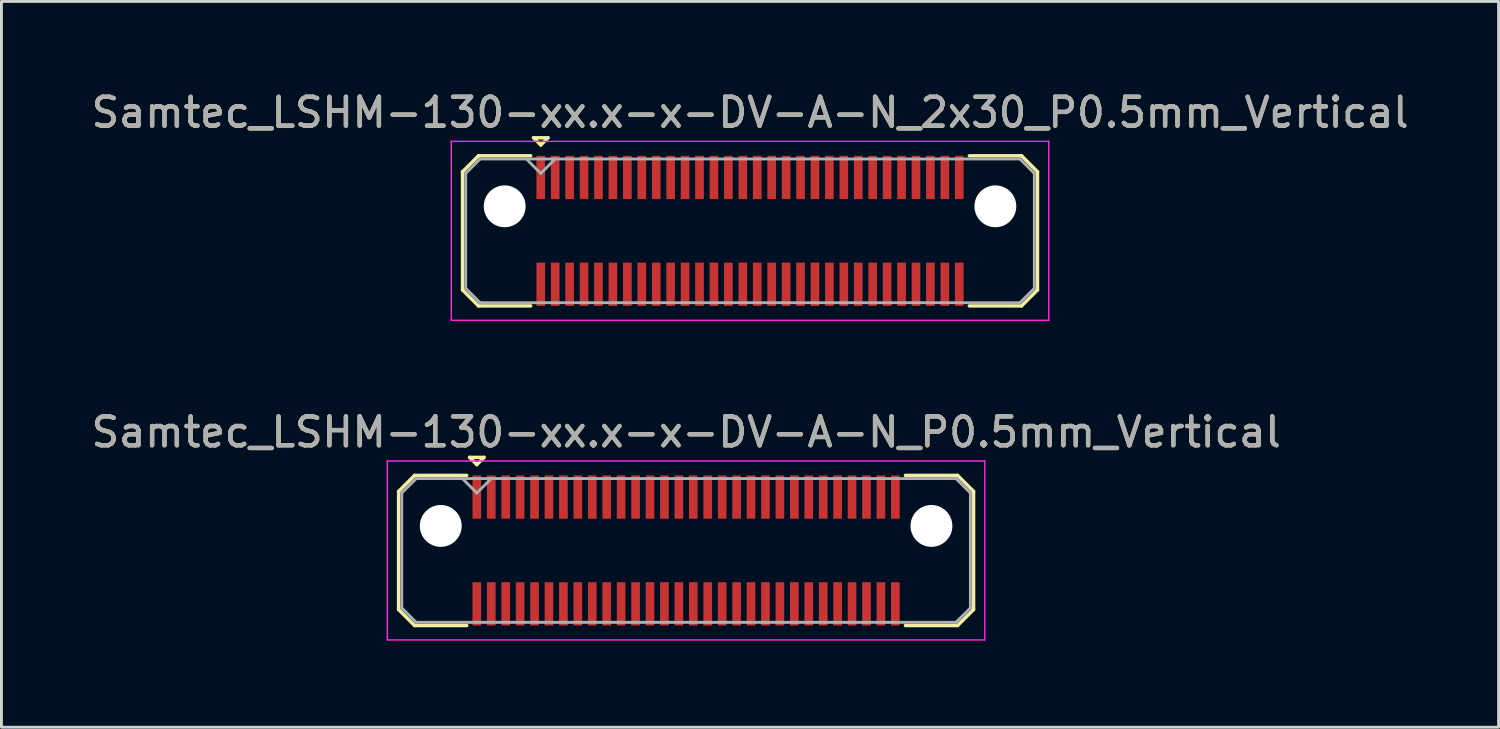
<source format=kicad_pcb>
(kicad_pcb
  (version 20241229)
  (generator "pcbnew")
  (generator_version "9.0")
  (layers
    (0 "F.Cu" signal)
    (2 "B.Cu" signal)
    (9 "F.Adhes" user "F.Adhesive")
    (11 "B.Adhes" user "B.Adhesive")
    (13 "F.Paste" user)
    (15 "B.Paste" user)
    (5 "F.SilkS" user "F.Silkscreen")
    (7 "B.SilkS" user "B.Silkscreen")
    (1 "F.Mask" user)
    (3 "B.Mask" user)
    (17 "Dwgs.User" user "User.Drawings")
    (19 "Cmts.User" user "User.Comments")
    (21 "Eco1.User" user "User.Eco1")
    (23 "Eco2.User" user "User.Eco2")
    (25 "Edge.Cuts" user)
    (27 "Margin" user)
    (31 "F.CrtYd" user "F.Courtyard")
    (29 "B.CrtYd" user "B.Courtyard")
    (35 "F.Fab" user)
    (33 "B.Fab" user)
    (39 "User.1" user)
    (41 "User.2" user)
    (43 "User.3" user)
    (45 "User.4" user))
  (footprint "Samtec_LSHM-130-xx.x-x-DV-A-N_P0.5mm_Vertical"
    (layer "F.Cu")
    (at 20.72 16.021)
    (property "Reference" "Samtec_LSHM-130-xx.x-x-DV-A-N_P0.5mm_Vertical" (at 0 -4.1 0) (layer "F.SilkS") (effects (font (size 1 1) (thickness 0.15))))
    (attr smd)
    (fp_line (start -9.96 -2.047) (end -9.96 2.047) (stroke (width 0.12) (type solid)) (layer "F.SilkS"))
    (fp_line (start -9.96 2.047) (end -9.407 2.6) (stroke (width 0.12) (type solid)) (layer "F.SilkS"))
    (fp_line (start -9.407 -2.6) (end -9.96 -2.047) (stroke (width 0.12) (type solid)) (layer "F.SilkS"))
    (fp_line (start -9.407 2.6) (end -7.6 2.6) (stroke (width 0.12) (type solid)) (layer "F.SilkS"))
    (fp_line (start -7.6 -2.6) (end -9.407 -2.6) (stroke (width 0.12) (type solid)) (layer "F.SilkS"))
    (fp_line (start -7.5 -3.225) (end -7 -3.225) (stroke (width 0.12) (type solid)) (layer "F.SilkS"))
    (fp_line (start -7.25 -2.975) (end -7.5 -3.225) (stroke (width 0.12) (type solid)) (layer "F.SilkS"))
    (fp_line (start -7 -3.225) (end -7.25 -2.975) (stroke (width 0.12) (type solid)) (layer "F.SilkS"))
    (fp_line (start 7.6 -2.6) (end 9.407 -2.6) (stroke (width 0.12) (type solid)) (layer "F.SilkS"))
    (fp_line (start 9.407 -2.6) (end 9.96 -2.047) (stroke (width 0.12) (type solid)) (layer "F.SilkS"))
    (fp_line (start 9.407 2.6) (end 7.6 2.6) (stroke (width 0.12) (type solid)) (layer "F.SilkS"))
    (fp_line (start 9.96 -2.047) (end 9.96 2.047) (stroke (width 0.12) (type solid)) (layer "F.SilkS"))
    (fp_line (start 9.96 2.047) (end 9.407 2.6) (stroke (width 0.12) (type solid)) (layer "F.SilkS"))
    (fp_line (start -10.35 -3.1) (end -10.35 3.1) (stroke (width 0.05) (type solid)) (layer "F.CrtYd"))
    (fp_line (start -10.35 3.1) (end 10.35 3.1) (stroke (width 0.05) (type solid)) (layer "F.CrtYd"))
    (fp_line (start 10.35 -3.1) (end -10.35 -3.1) (stroke (width 0.05) (type solid)) (layer "F.CrtYd"))
    (fp_line (start 10.35 3.1) (end 10.35 -3.1) (stroke (width 0.05) (type solid)) (layer "F.CrtYd"))
    (fp_line (start -9.85 -1.992) (end -9.85 1.992) (stroke (width 0.1) (type solid)) (layer "F.Fab"))
    (fp_line (start -9.85 1.992) (end -9.352 2.49) (stroke (width 0.1) (type solid)) (layer "F.Fab"))
    (fp_line (start -9.352 -2.49) (end -9.85 -1.992) (stroke (width 0.1) (type solid)) (layer "F.Fab"))
    (fp_line (start -9.352 2.49) (end 9.352 2.49) (stroke (width 0.1) (type solid)) (layer "F.Fab"))
    (fp_line (start -7.25 -1.99) (end -7.75 -2.49) (stroke (width 0.1) (type solid)) (layer "F.Fab"))
    (fp_line (start -6.75 -2.49) (end -7.25 -1.99) (stroke (width 0.1) (type solid)) (layer "F.Fab"))
    (fp_line (start 9.352 -2.49) (end -9.352 -2.49) (stroke (width 0.1) (type solid)) (layer "F.Fab"))
    (fp_line (start 9.352 2.49) (end 9.85 1.992) (stroke (width 0.1) (type solid)) (layer "F.Fab"))
    (fp_line (start 9.85 -1.992) (end 9.352 -2.49) (stroke (width 0.1) (type solid)) (layer "F.Fab"))
    (fp_line (start 9.85 1.992) (end 9.85 -1.992) (stroke (width 0.1) (type solid)) (layer "F.Fab"))
    (fp_text user "${REFERENCE}" (at 0 -4.1 0) (layer "F.Fab") (effects (font (size 1 1) (thickness 0.15))))
    (pad "" np_thru_hole circle (at -8.5 -0.85) (size 1.45 1.45) (drill 1.45) (layers "*.Cu" "*.Mask"))
    (pad "" np_thru_hole circle (at 8.5 -0.85) (size 1.45 1.45) (drill 1.45) (layers "*.Cu" "*.Mask"))
    (pad "1" smd rect (at -7.25 -1.85) (size 0.3 1.5) (layers "F.Cu" "F.Mask" "F.Paste"))
    (pad "2" smd rect (at -7.25 1.85) (size 0.3 1.5) (layers "F.Cu" "F.Mask" "F.Paste"))
    (pad "3" smd rect (at -6.75 -1.85) (size 0.3 1.5) (layers "F.Cu" "F.Mask" "F.Paste"))
    (pad "4" smd rect (at -6.75 1.85) (size 0.3 1.5) (layers "F.Cu" "F.Mask" "F.Paste"))
    (pad "5" smd rect (at -6.25 -1.85) (size 0.3 1.5) (layers "F.Cu" "F.Mask" "F.Paste"))
    (pad "6" smd rect (at -6.25 1.85) (size 0.3 1.5) (layers "F.Cu" "F.Mask" "F.Paste"))
    (pad "7" smd rect (at -5.75 -1.85) (size 0.3 1.5) (layers "F.Cu" "F.Mask" "F.Paste"))
    (pad "8" smd rect (at -5.75 1.85) (size 0.3 1.5) (layers "F.Cu" "F.Mask" "F.Paste"))
    (pad "9" smd rect (at -5.25 -1.85) (size 0.3 1.5) (layers "F.Cu" "F.Mask" "F.Paste"))
    (pad "10" smd rect (at -5.25 1.85) (size 0.3 1.5) (layers "F.Cu" "F.Mask" "F.Paste"))
    (pad "11" smd rect (at -4.75 -1.85) (size 0.3 1.5) (layers "F.Cu" "F.Mask" "F.Paste"))
    (pad "12" smd rect (at -4.75 1.85) (size 0.3 1.5) (layers "F.Cu" "F.Mask" "F.Paste"))
    (pad "13" smd rect (at -4.25 -1.85) (size 0.3 1.5) (layers "F.Cu" "F.Mask" "F.Paste"))
    (pad "14" smd rect (at -4.25 1.85) (size 0.3 1.5) (layers "F.Cu" "F.Mask" "F.Paste"))
    (pad "15" smd rect (at -3.75 -1.85) (size 0.3 1.5) (layers "F.Cu" "F.Mask" "F.Paste"))
    (pad "16" smd rect (at -3.75 1.85) (size 0.3 1.5) (layers "F.Cu" "F.Mask" "F.Paste"))
    (pad "17" smd rect (at -3.25 -1.85) (size 0.3 1.5) (layers "F.Cu" "F.Mask" "F.Paste"))
    (pad "18" smd rect (at -3.25 1.85) (size 0.3 1.5) (layers "F.Cu" "F.Mask" "F.Paste"))
    (pad "19" smd rect (at -2.75 -1.85) (size 0.3 1.5) (layers "F.Cu" "F.Mask" "F.Paste"))
    (pad "20" smd rect (at -2.75 1.85) (size 0.3 1.5) (layers "F.Cu" "F.Mask" "F.Paste"))
    (pad "21" smd rect (at -2.25 -1.85) (size 0.3 1.5) (layers "F.Cu" "F.Mask" "F.Paste"))
    (pad "22" smd rect (at -2.25 1.85) (size 0.3 1.5) (layers "F.Cu" "F.Mask" "F.Paste"))
    (pad "23" smd rect (at -1.75 -1.85) (size 0.3 1.5) (layers "F.Cu" "F.Mask" "F.Paste"))
    (pad "24" smd rect (at -1.75 1.85) (size 0.3 1.5) (layers "F.Cu" "F.Mask" "F.Paste"))
    (pad "25" smd rect (at -1.25 -1.85) (size 0.3 1.5) (layers "F.Cu" "F.Mask" "F.Paste"))
    (pad "26" smd rect (at -1.25 1.85) (size 0.3 1.5) (layers "F.Cu" "F.Mask" "F.Paste"))
    (pad "27" smd rect (at -0.75 -1.85) (size 0.3 1.5) (layers "F.Cu" "F.Mask" "F.Paste"))
    (pad "28" smd rect (at -0.75 1.85) (size 0.3 1.5) (layers "F.Cu" "F.Mask" "F.Paste"))
    (pad "29" smd rect (at -0.25 -1.85) (size 0.3 1.5) (layers "F.Cu" "F.Mask" "F.Paste"))
    (pad "30" smd rect (at -0.25 1.85) (size 0.3 1.5) (layers "F.Cu" "F.Mask" "F.Paste"))
    (pad "31" smd rect (at 0.25 -1.85) (size 0.3 1.5) (layers "F.Cu" "F.Mask" "F.Paste"))
    (pad "32" smd rect (at 0.25 1.85) (size 0.3 1.5) (layers "F.Cu" "F.Mask" "F.Paste"))
    (pad "33" smd rect (at 0.75 -1.85) (size 0.3 1.5) (layers "F.Cu" "F.Mask" "F.Paste"))
    (pad "34" smd rect (at 0.75 1.85) (size 0.3 1.5) (layers "F.Cu" "F.Mask" "F.Paste"))
    (pad "35" smd rect (at 1.25 -1.85) (size 0.3 1.5) (layers "F.Cu" "F.Mask" "F.Paste"))
    (pad "36" smd rect (at 1.25 1.85) (size 0.3 1.5) (layers "F.Cu" "F.Mask" "F.Paste"))
    (pad "37" smd rect (at 1.75 -1.85) (size 0.3 1.5) (layers "F.Cu" "F.Mask" "F.Paste"))
    (pad "38" smd rect (at 1.75 1.85) (size 0.3 1.5) (layers "F.Cu" "F.Mask" "F.Paste"))
    (pad "39" smd rect (at 2.25 -1.85) (size 0.3 1.5) (layers "F.Cu" "F.Mask" "F.Paste"))
    (pad "40" smd rect (at 2.25 1.85) (size 0.3 1.5) (layers "F.Cu" "F.Mask" "F.Paste"))
    (pad "41" smd rect (at 2.75 -1.85) (size 0.3 1.5) (layers "F.Cu" "F.Mask" "F.Paste"))
    (pad "42" smd rect (at 2.75 1.85) (size 0.3 1.5) (layers "F.Cu" "F.Mask" "F.Paste"))
    (pad "43" smd rect (at 3.25 -1.85) (size 0.3 1.5) (layers "F.Cu" "F.Mask" "F.Paste"))
    (pad "44" smd rect (at 3.25 1.85) (size 0.3 1.5) (layers "F.Cu" "F.Mask" "F.Paste"))
    (pad "45" smd rect (at 3.75 -1.85) (size 0.3 1.5) (layers "F.Cu" "F.Mask" "F.Paste"))
    (pad "46" smd rect (at 3.75 1.85) (size 0.3 1.5) (layers "F.Cu" "F.Mask" "F.Paste"))
    (pad "47" smd rect (at 4.25 -1.85) (size 0.3 1.5) (layers "F.Cu" "F.Mask" "F.Paste"))
    (pad "48" smd rect (at 4.25 1.85) (size 0.3 1.5) (layers "F.Cu" "F.Mask" "F.Paste"))
    (pad "49" smd rect (at 4.75 -1.85) (size 0.3 1.5) (layers "F.Cu" "F.Mask" "F.Paste"))
    (pad "50" smd rect (at 4.75 1.85) (size 0.3 1.5) (layers "F.Cu" "F.Mask" "F.Paste"))
    (pad "51" smd rect (at 5.25 -1.85) (size 0.3 1.5) (layers "F.Cu" "F.Mask" "F.Paste"))
    (pad "52" smd rect (at 5.25 1.85) (size 0.3 1.5) (layers "F.Cu" "F.Mask" "F.Paste"))
    (pad "53" smd rect (at 5.75 -1.85) (size 0.3 1.5) (layers "F.Cu" "F.Mask" "F.Paste"))
    (pad "54" smd rect (at 5.75 1.85) (size 0.3 1.5) (layers "F.Cu" "F.Mask" "F.Paste"))
    (pad "55" smd rect (at 6.25 -1.85) (size 0.3 1.5) (layers "F.Cu" "F.Mask" "F.Paste"))
    (pad "56" smd rect (at 6.25 1.85) (size 0.3 1.5) (layers "F.Cu" "F.Mask" "F.Paste"))
    (pad "57" smd rect (at 6.75 -1.85) (size 0.3 1.5) (layers "F.Cu" "F.Mask" "F.Paste"))
    (pad "58" smd rect (at 6.75 1.85) (size 0.3 1.5) (layers "F.Cu" "F.Mask" "F.Paste"))
    (pad "59" smd rect (at 7.25 -1.85) (size 0.3 1.5) (layers "F.Cu" "F.Mask" "F.Paste"))
    (pad "60" smd rect (at 7.25 1.85) (size 0.3 1.5) (layers "F.Cu" "F.Mask" "F.Paste")))
  (footprint "Samtec_LSHM-130-xx.x-x-DV-A-N_2x30_P0.5mm_Vertical"
    (layer "F.Cu")
    (at 22.935 4.948)
    (property "Reference" "Samtec_LSHM-130-xx.x-x-DV-A-N_2x30_P0.5mm_Vertical" (at 0 -4.1 0) (layer "F.SilkS") (effects (font (size 1 1) (thickness 0.15))))
    (attr smd)
    (fp_line (start -9.96 -2.047) (end -9.96 2.047) (stroke (width 0.12) (type solid)) (layer "F.SilkS"))
    (fp_line (start -9.96 2.047) (end -9.407 2.6) (stroke (width 0.12) (type solid)) (layer "F.SilkS"))
    (fp_line (start -9.407 -2.6) (end -9.96 -2.047) (stroke (width 0.12) (type solid)) (layer "F.SilkS"))
    (fp_line (start -9.407 2.6) (end -7.6 2.6) (stroke (width 0.12) (type solid)) (layer "F.SilkS"))
    (fp_line (start -7.6 -2.6) (end -9.407 -2.6) (stroke (width 0.12) (type solid)) (layer "F.SilkS"))
    (fp_line (start -7.5 -3.225) (end -7 -3.225) (stroke (width 0.12) (type solid)) (layer "F.SilkS"))
    (fp_line (start -7.25 -2.975) (end -7.5 -3.225) (stroke (width 0.12) (type solid)) (layer "F.SilkS"))
    (fp_line (start -7 -3.225) (end -7.25 -2.975) (stroke (width 0.12) (type solid)) (layer "F.SilkS"))
    (fp_line (start 7.6 -2.6) (end 9.407 -2.6) (stroke (width 0.12) (type solid)) (layer "F.SilkS"))
    (fp_line (start 9.407 -2.6) (end 9.96 -2.047) (stroke (width 0.12) (type solid)) (layer "F.SilkS"))
    (fp_line (start 9.407 2.6) (end 7.6 2.6) (stroke (width 0.12) (type solid)) (layer "F.SilkS"))
    (fp_line (start 9.96 -2.047) (end 9.96 2.047) (stroke (width 0.12) (type solid)) (layer "F.SilkS"))
    (fp_line (start 9.96 2.047) (end 9.407 2.6) (stroke (width 0.12) (type solid)) (layer "F.SilkS"))
    (fp_line (start -10.35 -3.1) (end -10.35 3.1) (stroke (width 0.05) (type solid)) (layer "F.CrtYd"))
    (fp_line (start -10.35 3.1) (end 10.35 3.1) (stroke (width 0.05) (type solid)) (layer "F.CrtYd"))
    (fp_line (start 10.35 -3.1) (end -10.35 -3.1) (stroke (width 0.05) (type solid)) (layer "F.CrtYd"))
    (fp_line (start 10.35 3.1) (end 10.35 -3.1) (stroke (width 0.05) (type solid)) (layer "F.CrtYd"))
    (fp_line (start -9.85 -1.992) (end -9.85 1.992) (stroke (width 0.1) (type solid)) (layer "F.Fab"))
    (fp_line (start -9.85 1.992) (end -9.352 2.49) (stroke (width 0.1) (type solid)) (layer "F.Fab"))
    (fp_line (start -9.352 -2.49) (end -9.85 -1.992) (stroke (width 0.1) (type solid)) (layer "F.Fab"))
    (fp_line (start -9.352 2.49) (end 9.352 2.49) (stroke (width 0.1) (type solid)) (layer "F.Fab"))
    (fp_line (start -7.25 -1.99) (end -7.75 -2.49) (stroke (width 0.1) (type solid)) (layer "F.Fab"))
    (fp_line (start -6.75 -2.49) (end -7.25 -1.99) (stroke (width 0.1) (type solid)) (layer "F.Fab"))
    (fp_line (start 9.352 -2.49) (end -9.352 -2.49) (stroke (width 0.1) (type solid)) (layer "F.Fab"))
    (fp_line (start 9.352 2.49) (end 9.85 1.992) (stroke (width 0.1) (type solid)) (layer "F.Fab"))
    (fp_line (start 9.85 -1.992) (end 9.352 -2.49) (stroke (width 0.1) (type solid)) (layer "F.Fab"))
    (fp_line (start 9.85 1.992) (end 9.85 -1.992) (stroke (width 0.1) (type solid)) (layer "F.Fab"))
    (fp_text user "${REFERENCE}" (at 0 -4.1 0) (layer "F.Fab") (effects (font (size 1 1) (thickness 0.15))))
    (pad "" np_thru_hole circle (at -8.5 -0.85) (size 1.45 1.45) (drill 1.45) (layers "*.Cu" "*.Mask"))
    (pad "" np_thru_hole circle (at 8.5 -0.85) (size 1.45 1.45) (drill 1.45) (layers "*.Cu" "*.Mask"))
    (pad "1" smd rect (at -7.25 -1.85) (size 0.3 1.5) (layers "F.Cu" "F.Mask" "F.Paste"))
    (pad "2" smd rect (at -7.25 1.85) (size 0.3 1.5) (layers "F.Cu" "F.Mask" "F.Paste"))
    (pad "3" smd rect (at -6.75 -1.85) (size 0.3 1.5) (layers "F.Cu" "F.Mask" "F.Paste"))
    (pad "4" smd rect (at -6.75 1.85) (size 0.3 1.5) (layers "F.Cu" "F.Mask" "F.Paste"))
    (pad "5" smd rect (at -6.25 -1.85) (size 0.3 1.5) (layers "F.Cu" "F.Mask" "F.Paste"))
    (pad "6" smd rect (at -6.25 1.85) (size 0.3 1.5) (layers "F.Cu" "F.Mask" "F.Paste"))
    (pad "7" smd rect (at -5.75 -1.85) (size 0.3 1.5) (layers "F.Cu" "F.Mask" "F.Paste"))
    (pad "8" smd rect (at -5.75 1.85) (size 0.3 1.5) (layers "F.Cu" "F.Mask" "F.Paste"))
    (pad "9" smd rect (at -5.25 -1.85) (size 0.3 1.5) (layers "F.Cu" "F.Mask" "F.Paste"))
    (pad "10" smd rect (at -5.25 1.85) (size 0.3 1.5) (layers "F.Cu" "F.Mask" "F.Paste"))
    (pad "11" smd rect (at -4.75 -1.85) (size 0.3 1.5) (layers "F.Cu" "F.Mask" "F.Paste"))
    (pad "12" smd rect (at -4.75 1.85) (size 0.3 1.5) (layers "F.Cu" "F.Mask" "F.Paste"))
    (pad "13" smd rect (at -4.25 -1.85) (size 0.3 1.5) (layers "F.Cu" "F.Mask" "F.Paste"))
    (pad "14" smd rect (at -4.25 1.85) (size 0.3 1.5) (layers "F.Cu" "F.Mask" "F.Paste"))
    (pad "15" smd rect (at -3.75 -1.85) (size 0.3 1.5) (layers "F.Cu" "F.Mask" "F.Paste"))
    (pad "16" smd rect (at -3.75 1.85) (size 0.3 1.5) (layers "F.Cu" "F.Mask" "F.Paste"))
    (pad "17" smd rect (at -3.25 -1.85) (size 0.3 1.5) (layers "F.Cu" "F.Mask" "F.Paste"))
    (pad "18" smd rect (at -3.25 1.85) (size 0.3 1.5) (layers "F.Cu" "F.Mask" "F.Paste"))
    (pad "19" smd rect (at -2.75 -1.85) (size 0.3 1.5) (layers "F.Cu" "F.Mask" "F.Paste"))
    (pad "20" smd rect (at -2.75 1.85) (size 0.3 1.5) (layers "F.Cu" "F.Mask" "F.Paste"))
    (pad "21" smd rect (at -2.25 -1.85) (size 0.3 1.5) (layers "F.Cu" "F.Mask" "F.Paste"))
    (pad "22" smd rect (at -2.25 1.85) (size 0.3 1.5) (layers "F.Cu" "F.Mask" "F.Paste"))
    (pad "23" smd rect (at -1.75 -1.85) (size 0.3 1.5) (layers "F.Cu" "F.Mask" "F.Paste"))
    (pad "24" smd rect (at -1.75 1.85) (size 0.3 1.5) (layers "F.Cu" "F.Mask" "F.Paste"))
    (pad "25" smd rect (at -1.25 -1.85) (size 0.3 1.5) (layers "F.Cu" "F.Mask" "F.Paste"))
    (pad "26" smd rect (at -1.25 1.85) (size 0.3 1.5) (layers "F.Cu" "F.Mask" "F.Paste"))
    (pad "27" smd rect (at -0.75 -1.85) (size 0.3 1.5) (layers "F.Cu" "F.Mask" "F.Paste"))
    (pad "28" smd rect (at -0.75 1.85) (size 0.3 1.5) (layers "F.Cu" "F.Mask" "F.Paste"))
    (pad "29" smd rect (at -0.25 -1.85) (size 0.3 1.5) (layers "F.Cu" "F.Mask" "F.Paste"))
    (pad "30" smd rect (at -0.25 1.85) (size 0.3 1.5) (layers "F.Cu" "F.Mask" "F.Paste"))
    (pad "31" smd rect (at 0.25 -1.85) (size 0.3 1.5) (layers "F.Cu" "F.Mask" "F.Paste"))
    (pad "32" smd rect (at 0.25 1.85) (size 0.3 1.5) (layers "F.Cu" "F.Mask" "F.Paste"))
    (pad "33" smd rect (at 0.75 -1.85) (size 0.3 1.5) (layers "F.Cu" "F.Mask" "F.Paste"))
    (pad "34" smd rect (at 0.75 1.85) (size 0.3 1.5) (layers "F.Cu" "F.Mask" "F.Paste"))
    (pad "35" smd rect (at 1.25 -1.85) (size 0.3 1.5) (layers "F.Cu" "F.Mask" "F.Paste"))
    (pad "36" smd rect (at 1.25 1.85) (size 0.3 1.5) (layers "F.Cu" "F.Mask" "F.Paste"))
    (pad "37" smd rect (at 1.75 -1.85) (size 0.3 1.5) (layers "F.Cu" "F.Mask" "F.Paste"))
    (pad "38" smd rect (at 1.75 1.85) (size 0.3 1.5) (layers "F.Cu" "F.Mask" "F.Paste"))
    (pad "39" smd rect (at 2.25 -1.85) (size 0.3 1.5) (layers "F.Cu" "F.Mask" "F.Paste"))
    (pad "40" smd rect (at 2.25 1.85) (size 0.3 1.5) (layers "F.Cu" "F.Mask" "F.Paste"))
    (pad "41" smd rect (at 2.75 -1.85) (size 0.3 1.5) (layers "F.Cu" "F.Mask" "F.Paste"))
    (pad "42" smd rect (at 2.75 1.85) (size 0.3 1.5) (layers "F.Cu" "F.Mask" "F.Paste"))
    (pad "43" smd rect (at 3.25 -1.85) (size 0.3 1.5) (layers "F.Cu" "F.Mask" "F.Paste"))
    (pad "44" smd rect (at 3.25 1.85) (size 0.3 1.5) (layers "F.Cu" "F.Mask" "F.Paste"))
    (pad "45" smd rect (at 3.75 -1.85) (size 0.3 1.5) (layers "F.Cu" "F.Mask" "F.Paste"))
    (pad "46" smd rect (at 3.75 1.85) (size 0.3 1.5) (layers "F.Cu" "F.Mask" "F.Paste"))
    (pad "47" smd rect (at 4.25 -1.85) (size 0.3 1.5) (layers "F.Cu" "F.Mask" "F.Paste"))
    (pad "48" smd rect (at 4.25 1.85) (size 0.3 1.5) (layers "F.Cu" "F.Mask" "F.Paste"))
    (pad "49" smd rect (at 4.75 -1.85) (size 0.3 1.5) (layers "F.Cu" "F.Mask" "F.Paste"))
    (pad "50" smd rect (at 4.75 1.85) (size 0.3 1.5) (layers "F.Cu" "F.Mask" "F.Paste"))
    (pad "51" smd rect (at 5.25 -1.85) (size 0.3 1.5) (layers "F.Cu" "F.Mask" "F.Paste"))
    (pad "52" smd rect (at 5.25 1.85) (size 0.3 1.5) (layers "F.Cu" "F.Mask" "F.Paste"))
    (pad "53" smd rect (at 5.75 -1.85) (size 0.3 1.5) (layers "F.Cu" "F.Mask" "F.Paste"))
    (pad "54" smd rect (at 5.75 1.85) (size 0.3 1.5) (layers "F.Cu" "F.Mask" "F.Paste"))
    (pad "55" smd rect (at 6.25 -1.85) (size 0.3 1.5) (layers "F.Cu" "F.Mask" "F.Paste"))
    (pad "56" smd rect (at 6.25 1.85) (size 0.3 1.5) (layers "F.Cu" "F.Mask" "F.Paste"))
    (pad "57" smd rect (at 6.75 -1.85) (size 0.3 1.5) (layers "F.Cu" "F.Mask" "F.Paste"))
    (pad "58" smd rect (at 6.75 1.85) (size 0.3 1.5) (layers "F.Cu" "F.Mask" "F.Paste"))
    (pad "59" smd rect (at 7.25 -1.85) (size 0.3 1.5) (layers "F.Cu" "F.Mask" "F.Paste"))
    (pad "60" smd rect (at 7.25 1.85) (size 0.3 1.5) (layers "F.Cu" "F.Mask" "F.Paste")))
  (gr_rect
    (start -3 -3)
    (end 48.869 22.146)
    (stroke (width 0.1) (type default))
    (fill no)
    (layer "Edge.Cuts")))
</source>
